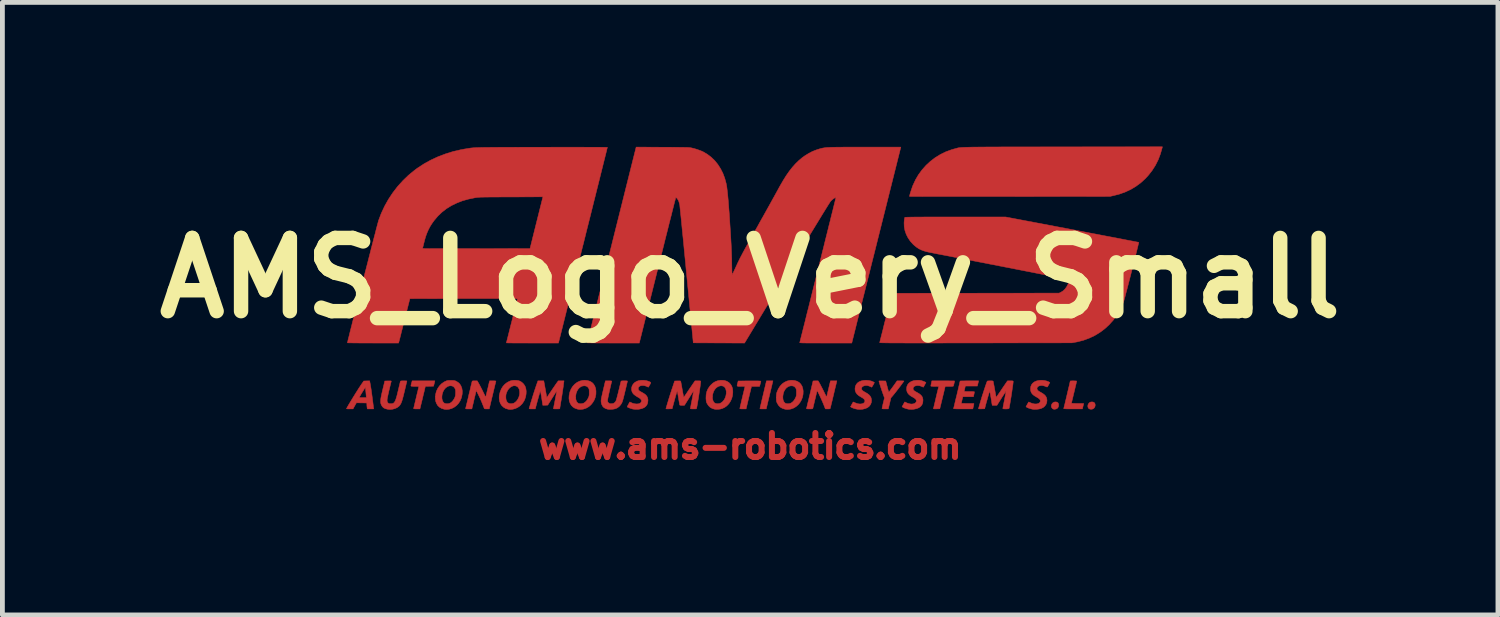
<source format=kicad_pcb>
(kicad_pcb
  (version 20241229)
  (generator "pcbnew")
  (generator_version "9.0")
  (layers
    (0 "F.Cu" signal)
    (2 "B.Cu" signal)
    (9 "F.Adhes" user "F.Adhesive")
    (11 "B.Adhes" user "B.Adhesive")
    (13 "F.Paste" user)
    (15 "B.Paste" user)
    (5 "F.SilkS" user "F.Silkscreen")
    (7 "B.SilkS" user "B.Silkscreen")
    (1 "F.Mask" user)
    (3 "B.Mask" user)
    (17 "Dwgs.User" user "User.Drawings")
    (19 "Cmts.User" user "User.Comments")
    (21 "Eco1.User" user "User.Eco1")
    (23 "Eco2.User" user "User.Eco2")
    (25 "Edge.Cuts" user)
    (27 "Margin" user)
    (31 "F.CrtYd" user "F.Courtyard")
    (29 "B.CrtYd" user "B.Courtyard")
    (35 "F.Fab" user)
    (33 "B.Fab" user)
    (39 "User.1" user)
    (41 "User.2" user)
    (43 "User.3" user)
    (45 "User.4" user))
  (footprint "AMS_Logo_Very_Small"
    (layer "F.Cu")
    (at 12.562 2.736)
    (property "Reference" "AMS_Logo_Very_Small" (at 0 0 0) (layer "F.SilkS") (effects (font (size 1.524 1.524) (thickness 0.3))))
    (attr through_hole)
    (fp_poly (pts (xy 0.404 2.432) (xy 0.334 2.724) (xy 0.268 2.724) (xy 0.241 2.724) (xy 0.22 2.723) (xy 0.206 2.721) (xy 0.203 2.719) (xy 0.204 2.712) (xy 0.208 2.694) (xy 0.215 2.666) (xy 0.223 2.63) (xy 0.234 2.586) (xy 0.245 2.536) (xy 0.258 2.481) (xy 0.271 2.427) (xy 0.339 2.14) (xy 0.474 2.14) (xy 0.404 2.432)) (stroke (width 0.01) (type solid)) (fill yes) (layer "F.Cu"))
    (fp_poly (pts (xy 6.383 2.582) (xy 6.404 2.595) (xy 6.416 2.616) (xy 6.42 2.644) (xy 6.415 2.678) (xy 6.4 2.704) (xy 6.377 2.722) (xy 6.345 2.73) (xy 6.334 2.731) (xy 6.313 2.729) (xy 6.297 2.722) (xy 6.286 2.712) (xy 6.271 2.689) (xy 6.266 2.664) (xy 6.271 2.638) (xy 6.284 2.614) (xy 6.303 2.594) (xy 6.328 2.582) (xy 6.352 2.578) (xy 6.383 2.582)) (stroke (width 0.01) (type solid)) (fill yes) (layer "F.Cu"))
    (fp_poly (pts (xy 7.145 2.584) (xy 7.159 2.591) (xy 7.174 2.61) (xy 7.18 2.636) (xy 7.179 2.663) (xy 7.169 2.689) (xy 7.152 2.711) (xy 7.148 2.714) (xy 7.124 2.727) (xy 7.096 2.731) (xy 7.07 2.728) (xy 7.048 2.718) (xy 7.045 2.715) (xy 7.031 2.693) (xy 7.026 2.666) (xy 7.03 2.638) (xy 7.043 2.612) (xy 7.063 2.592) (xy 7.067 2.589) (xy 7.091 2.58) (xy 7.119 2.578) (xy 7.145 2.584)) (stroke (width 0.01) (type solid)) (fill yes) (layer "F.Cu"))
    (fp_poly (pts (xy -6.575 2.196) (xy -6.589 2.251) (xy -6.674 2.253) (xy -6.76 2.255) (xy -6.787 2.37) (xy -6.799 2.418) (xy -6.812 2.472) (xy -6.825 2.529) (xy -6.838 2.581) (xy -6.844 2.605) (xy -6.873 2.724) (xy -6.938 2.724) (xy -6.967 2.724) (xy -6.988 2.722) (xy -7.001 2.72) (xy -7.004 2.718) (xy -7.003 2.711) (xy -6.999 2.692) (xy -6.992 2.665) (xy -6.984 2.629) (xy -6.974 2.587) (xy -6.963 2.54) (xy -6.954 2.504) (xy -6.942 2.453) (xy -6.931 2.406) (xy -6.92 2.364) (xy -6.912 2.328) (xy -6.905 2.299) (xy -6.901 2.281) (xy -6.9 2.275) (xy -6.895 2.254) (xy -6.978 2.254) (xy -7.013 2.254) (xy -7.037 2.253) (xy -7.051 2.251) (xy -7.059 2.246) (xy -7.06 2.238) (xy -7.058 2.226) (xy -7.055 2.216) (xy -7.05 2.195) (xy -7.043 2.171) (xy -7.042 2.167) (xy -7.035 2.14) (xy -6.561 2.14) (xy -6.575 2.196)) (stroke (width 0.01) (type solid)) (fill yes) (layer "F.Cu"))
    (fp_poly (pts (xy 0.142 2.141) (xy 0.173 2.142) (xy 0.196 2.143) (xy 0.211 2.144) (xy 0.219 2.146) (xy 0.222 2.148) (xy 0.222 2.148) (xy 0.221 2.159) (xy 0.217 2.176) (xy 0.216 2.178) (xy 0.211 2.199) (xy 0.204 2.223) (xy 0.203 2.227) (xy 0.196 2.254) (xy 0.028 2.254) (xy -0.029 2.489) (xy -0.085 2.724) (xy -0.151 2.724) (xy -0.181 2.724) (xy -0.201 2.722) (xy -0.212 2.72) (xy -0.216 2.716) (xy -0.216 2.716) (xy -0.214 2.708) (xy -0.21 2.689) (xy -0.204 2.661) (xy -0.195 2.624) (xy -0.185 2.581) (xy -0.174 2.533) (xy -0.162 2.483) (xy -0.15 2.432) (xy -0.138 2.385) (xy -0.128 2.343) (xy -0.12 2.308) (xy -0.113 2.281) (xy -0.109 2.263) (xy -0.108 2.257) (xy -0.114 2.256) (xy -0.13 2.255) (xy -0.154 2.255) (xy -0.184 2.254) (xy -0.191 2.254) (xy -0.226 2.254) (xy -0.25 2.254) (xy -0.265 2.25) (xy -0.271 2.243) (xy -0.272 2.231) (xy -0.268 2.212) (xy -0.261 2.188) (xy -0.25 2.143) (xy -0.014 2.141) (xy 0.049 2.141) (xy 0.101 2.141) (xy 0.142 2.141)) (stroke (width 0.01) (type solid)) (fill yes) (layer "F.Cu"))
    (fp_poly (pts (xy 3.157 2.14) (xy 3.18 2.141) (xy 3.195 2.142) (xy 3.2 2.144) (xy 3.197 2.15) (xy 3.186 2.165) (xy 3.17 2.187) (xy 3.15 2.214) (xy 3.127 2.246) (xy 3.101 2.279) (xy 3.075 2.313) (xy 3.049 2.347) (xy 3.025 2.378) (xy 3.003 2.405) (xy 2.986 2.427) (xy 2.983 2.43) (xy 2.929 2.494) (xy 2.902 2.609) (xy 2.874 2.724) (xy 2.809 2.724) (xy 2.777 2.724) (xy 2.756 2.722) (xy 2.746 2.719) (xy 2.743 2.716) (xy 2.745 2.708) (xy 2.749 2.689) (xy 2.755 2.662) (xy 2.762 2.63) (xy 2.769 2.602) (xy 2.795 2.495) (xy 2.76 2.398) (xy 2.749 2.366) (xy 2.736 2.329) (xy 2.724 2.291) (xy 2.711 2.253) (xy 2.7 2.218) (xy 2.691 2.187) (xy 2.684 2.163) (xy 2.68 2.148) (xy 2.68 2.144) (xy 2.686 2.142) (xy 2.702 2.141) (xy 2.725 2.141) (xy 2.751 2.141) (xy 2.821 2.143) (xy 2.842 2.223) (xy 2.855 2.272) (xy 2.865 2.31) (xy 2.873 2.338) (xy 2.88 2.357) (xy 2.884 2.368) (xy 2.888 2.371) (xy 2.889 2.371) (xy 2.897 2.361) (xy 2.91 2.344) (xy 2.928 2.32) (xy 2.948 2.293) (xy 2.969 2.264) (xy 2.99 2.235) (xy 3.008 2.21) (xy 3.022 2.19) (xy 3.023 2.189) (xy 3.057 2.14) (xy 3.129 2.14) (xy 3.157 2.14)) (stroke (width 0.01) (type solid)) (fill yes) (layer "F.Cu"))
    (fp_poly (pts (xy 6.757 2.141) (xy 6.78 2.142) (xy 6.792 2.144) (xy 6.795 2.146) (xy 6.793 2.154) (xy 6.789 2.172) (xy 6.783 2.2) (xy 6.774 2.236) (xy 6.764 2.278) (xy 6.753 2.326) (xy 6.741 2.376) (xy 6.728 2.427) (xy 6.717 2.475) (xy 6.707 2.517) (xy 6.698 2.553) (xy 6.692 2.58) (xy 6.688 2.598) (xy 6.687 2.605) (xy 6.693 2.606) (xy 6.709 2.608) (xy 6.735 2.609) (xy 6.768 2.61) (xy 6.806 2.61) (xy 6.814 2.61) (xy 6.852 2.61) (xy 6.886 2.61) (xy 6.913 2.611) (xy 6.932 2.612) (xy 6.94 2.613) (xy 6.941 2.613) (xy 6.939 2.621) (xy 6.935 2.637) (xy 6.93 2.66) (xy 6.927 2.67) (xy 6.914 2.724) (xy 6.718 2.724) (xy 6.661 2.724) (xy 6.615 2.724) (xy 6.58 2.723) (xy 6.555 2.722) (xy 6.538 2.721) (xy 6.528 2.719) (xy 6.525 2.717) (xy 6.525 2.716) (xy 6.527 2.709) (xy 6.531 2.69) (xy 6.538 2.662) (xy 6.547 2.627) (xy 6.557 2.585) (xy 6.568 2.539) (xy 6.58 2.489) (xy 6.592 2.438) (xy 6.604 2.386) (xy 6.616 2.336) (xy 6.627 2.289) (xy 6.638 2.245) (xy 6.646 2.208) (xy 6.653 2.178) (xy 6.658 2.156) (xy 6.661 2.145) (xy 6.661 2.143) (xy 6.667 2.142) (xy 6.683 2.141) (xy 6.706 2.14) (xy 6.728 2.14) (xy 6.757 2.141)) (stroke (width 0.01) (type solid)) (fill yes) (layer "F.Cu"))
    (fp_poly (pts (xy 4.071 2.14) (xy 4.12 2.14) (xy 4.164 2.141) (xy 4.201 2.141) (xy 4.229 2.141) (xy 4.247 2.142) (xy 4.254 2.143) (xy 4.255 2.143) (xy 4.253 2.15) (xy 4.25 2.166) (xy 4.245 2.187) (xy 4.24 2.209) (xy 4.235 2.229) (xy 4.232 2.242) (xy 4.232 2.243) (xy 4.229 2.248) (xy 4.223 2.251) (xy 4.212 2.253) (xy 4.193 2.254) (xy 4.164 2.254) (xy 4.144 2.254) (xy 4.059 2.254) (xy 4.023 2.405) (xy 4.011 2.453) (xy 3.999 2.503) (xy 3.988 2.55) (xy 3.977 2.593) (xy 3.969 2.628) (xy 3.966 2.638) (xy 3.946 2.721) (xy 3.878 2.723) (xy 3.847 2.723) (xy 3.827 2.723) (xy 3.816 2.721) (xy 3.813 2.718) (xy 3.813 2.716) (xy 3.815 2.709) (xy 3.82 2.69) (xy 3.827 2.662) (xy 3.835 2.625) (xy 3.846 2.583) (xy 3.857 2.535) (xy 3.867 2.492) (xy 3.879 2.442) (xy 3.89 2.394) (xy 3.901 2.352) (xy 3.909 2.317) (xy 3.916 2.289) (xy 3.92 2.272) (xy 3.922 2.265) (xy 3.922 2.261) (xy 3.919 2.258) (xy 3.91 2.256) (xy 3.894 2.255) (xy 3.868 2.254) (xy 3.842 2.254) (xy 3.806 2.254) (xy 3.781 2.253) (xy 3.766 2.251) (xy 3.76 2.248) (xy 3.759 2.246) (xy 3.761 2.237) (xy 3.764 2.218) (xy 3.769 2.195) (xy 3.77 2.189) (xy 3.781 2.14) (xy 4.018 2.14) (xy 4.071 2.14)) (stroke (width 0.01) (type solid)) (fill yes) (layer "F.Cu"))
    (fp_poly (pts (xy -7.913 2.173) (xy -7.905 2.214) (xy -7.897 2.262) (xy -7.888 2.318) (xy -7.879 2.382) (xy -7.869 2.456) (xy -7.858 2.54) (xy -7.846 2.635) (xy -7.839 2.694) (xy -7.835 2.724) (xy -7.968 2.724) (xy -7.972 2.697) (xy -7.975 2.674) (xy -7.977 2.647) (xy -7.977 2.635) (xy -7.979 2.6) (xy -8.195 2.597) (xy -8.23 2.66) (xy -8.265 2.724) (xy -8.333 2.724) (xy -8.361 2.724) (xy -8.383 2.723) (xy -8.397 2.721) (xy -8.401 2.72) (xy -8.398 2.711) (xy -8.388 2.694) (xy -8.374 2.668) (xy -8.355 2.635) (xy -8.332 2.597) (xy -8.307 2.555) (xy -8.279 2.51) (xy -8.264 2.485) (xy -8.134 2.485) (xy -8.128 2.487) (xy -8.112 2.488) (xy -8.088 2.489) (xy -8.061 2.489) (xy -7.988 2.489) (xy -7.992 2.44) (xy -7.995 2.407) (xy -7.998 2.37) (xy -8.002 2.34) (xy -8.004 2.315) (xy -8.006 2.294) (xy -8.007 2.281) (xy -8.007 2.28) (xy -8.01 2.281) (xy -8.019 2.292) (xy -8.031 2.31) (xy -8.047 2.334) (xy -8.05 2.34) (xy -8.077 2.383) (xy -8.099 2.419) (xy -8.116 2.449) (xy -8.128 2.471) (xy -8.134 2.483) (xy -8.134 2.485) (xy -8.264 2.485) (xy -8.25 2.463) (xy -8.221 2.415) (xy -8.192 2.369) (xy -8.164 2.325) (xy -8.139 2.285) (xy -8.115 2.25) (xy -8.096 2.22) (xy -8.089 2.21) (xy -8.042 2.143) (xy -7.981 2.141) (xy -7.919 2.14) (xy -7.913 2.173)) (stroke (width 0.01) (type solid)) (fill yes) (layer "F.Cu"))
    (fp_poly (pts (xy -0.537 2.132) (xy -0.487 2.148) (xy -0.444 2.174) (xy -0.409 2.21) (xy -0.4 2.224) (xy -0.38 2.26) (xy -0.368 2.298) (xy -0.362 2.341) (xy -0.361 2.378) (xy -0.367 2.443) (xy -0.383 2.505) (xy -0.409 2.563) (xy -0.443 2.615) (xy -0.485 2.659) (xy -0.534 2.694) (xy -0.585 2.717) (xy -0.622 2.727) (xy -0.664 2.732) (xy -0.707 2.733) (xy -0.739 2.73) (xy -0.789 2.715) (xy -0.833 2.69) (xy -0.87 2.654) (xy -0.898 2.609) (xy -0.901 2.604) (xy -0.909 2.585) (xy -0.914 2.565) (xy -0.917 2.541) (xy -0.919 2.51) (xy -0.92 2.502) (xy -0.918 2.462) (xy -0.785 2.462) (xy -0.784 2.504) (xy -0.777 2.542) (xy -0.763 2.574) (xy -0.743 2.598) (xy -0.735 2.603) (xy -0.709 2.613) (xy -0.677 2.616) (xy -0.644 2.613) (xy -0.616 2.603) (xy -0.579 2.578) (xy -0.548 2.543) (xy -0.524 2.502) (xy -0.507 2.456) (xy -0.498 2.407) (xy -0.497 2.36) (xy -0.507 2.314) (xy -0.515 2.295) (xy -0.534 2.268) (xy -0.56 2.251) (xy -0.59 2.243) (xy -0.624 2.244) (xy -0.658 2.254) (xy -0.691 2.273) (xy -0.719 2.297) (xy -0.745 2.331) (xy -0.764 2.369) (xy -0.778 2.414) (xy -0.779 2.418) (xy -0.785 2.462) (xy -0.918 2.462) (xy -0.917 2.431) (xy -0.904 2.367) (xy -0.879 2.308) (xy -0.843 2.254) (xy -0.821 2.229) (xy -0.775 2.186) (xy -0.726 2.156) (xy -0.674 2.137) (xy -0.617 2.128) (xy -0.594 2.127) (xy -0.537 2.132)) (stroke (width 0.01) (type solid)) (fill yes) (layer "F.Cu"))
    (fp_poly (pts (xy -4.858 2.13) (xy -4.82 2.136) (xy -4.793 2.145) (xy -4.755 2.168) (xy -4.72 2.2) (xy -4.692 2.238) (xy -4.683 2.256) (xy -4.668 2.303) (xy -4.661 2.356) (xy -4.663 2.413) (xy -4.673 2.47) (xy -4.691 2.526) (xy -4.71 2.565) (xy -4.744 2.615) (xy -4.787 2.658) (xy -4.837 2.693) (xy -4.891 2.718) (xy -4.94 2.73) (xy -4.967 2.734) (xy -4.987 2.736) (xy -5.006 2.735) (xy -5.029 2.732) (xy -5.036 2.73) (xy -5.087 2.716) (xy -5.13 2.691) (xy -5.167 2.658) (xy -5.195 2.617) (xy -5.214 2.569) (xy -5.223 2.515) (xy -5.223 2.476) (xy -5.085 2.476) (xy -5.085 2.495) (xy -5.078 2.54) (xy -5.063 2.574) (xy -5.041 2.598) (xy -5.012 2.612) (xy -4.979 2.616) (xy -4.95 2.613) (xy -4.924 2.607) (xy -4.918 2.604) (xy -4.9 2.593) (xy -4.879 2.576) (xy -4.865 2.563) (xy -4.838 2.527) (xy -4.817 2.486) (xy -4.804 2.444) (xy -4.797 2.4) (xy -4.798 2.359) (xy -4.805 2.321) (xy -4.82 2.289) (xy -4.841 2.263) (xy -4.858 2.253) (xy -4.892 2.242) (xy -4.927 2.243) (xy -4.961 2.255) (xy -4.994 2.276) (xy -5.024 2.305) (xy -5.05 2.342) (xy -5.07 2.385) (xy -5.08 2.418) (xy -5.084 2.445) (xy -5.085 2.476) (xy -5.223 2.476) (xy -5.223 2.457) (xy -5.221 2.442) (xy -5.205 2.373) (xy -5.18 2.31) (xy -5.146 2.255) (xy -5.104 2.209) (xy -5.054 2.171) (xy -4.999 2.144) (xy -4.976 2.137) (xy -4.94 2.13) (xy -4.9 2.128) (xy -4.858 2.13)) (stroke (width 0.01) (type solid)) (fill yes) (layer "F.Cu"))
    (fp_poly (pts (xy -3.387 2.133) (xy -3.336 2.148) (xy -3.293 2.173) (xy -3.258 2.208) (xy -3.232 2.252) (xy -3.215 2.304) (xy -3.209 2.353) (xy -3.21 2.417) (xy -3.222 2.479) (xy -3.244 2.537) (xy -3.275 2.59) (xy -3.313 2.637) (xy -3.357 2.676) (xy -3.408 2.706) (xy -3.463 2.726) (xy -3.486 2.73) (xy -3.516 2.734) (xy -3.54 2.736) (xy -3.561 2.734) (xy -3.586 2.73) (xy -3.594 2.728) (xy -3.645 2.711) (xy -3.687 2.685) (xy -3.722 2.65) (xy -3.747 2.607) (xy -3.764 2.559) (xy -3.771 2.504) (xy -3.77 2.481) (xy -3.632 2.481) (xy -3.628 2.525) (xy -3.617 2.562) (xy -3.599 2.59) (xy -3.576 2.608) (xy -3.572 2.61) (xy -3.549 2.615) (xy -3.519 2.616) (xy -3.489 2.612) (xy -3.464 2.603) (xy -3.463 2.603) (xy -3.43 2.58) (xy -3.399 2.547) (xy -3.373 2.503) (xy -3.37 2.496) (xy -3.361 2.477) (xy -3.355 2.46) (xy -3.352 2.443) (xy -3.35 2.422) (xy -3.35 2.392) (xy -3.35 2.384) (xy -3.35 2.352) (xy -3.351 2.328) (xy -3.354 2.312) (xy -3.359 2.299) (xy -3.362 2.293) (xy -3.383 2.266) (xy -3.41 2.25) (xy -3.443 2.243) (xy -3.483 2.246) (xy -3.521 2.26) (xy -3.554 2.284) (xy -3.583 2.316) (xy -3.606 2.357) (xy -3.623 2.403) (xy -3.631 2.454) (xy -3.632 2.481) (xy -3.77 2.481) (xy -3.768 2.445) (xy -3.755 2.382) (xy -3.751 2.367) (xy -3.725 2.305) (xy -3.691 2.252) (xy -3.649 2.207) (xy -3.601 2.171) (xy -3.547 2.145) (xy -3.489 2.131) (xy -3.444 2.127) (xy -3.387 2.133)) (stroke (width 0.01) (type solid)) (fill yes) (layer "F.Cu"))
    (fp_poly (pts (xy 2.468 2.132) (xy 2.521 2.144) (xy 2.56 2.16) (xy 2.575 2.168) (xy 2.584 2.174) (xy 2.584 2.175) (xy 2.582 2.183) (xy 2.574 2.198) (xy 2.564 2.217) (xy 2.552 2.237) (xy 2.541 2.255) (xy 2.533 2.267) (xy 2.528 2.272) (xy 2.528 2.272) (xy 2.493 2.255) (xy 2.459 2.243) (xy 2.434 2.237) (xy 2.4 2.237) (xy 2.37 2.244) (xy 2.344 2.255) (xy 2.326 2.272) (xy 2.318 2.291) (xy 2.318 2.296) (xy 2.32 2.315) (xy 2.329 2.332) (xy 2.345 2.348) (xy 2.371 2.365) (xy 2.394 2.378) (xy 2.44 2.405) (xy 2.475 2.432) (xy 2.499 2.46) (xy 2.515 2.49) (xy 2.518 2.5) (xy 2.526 2.546) (xy 2.521 2.591) (xy 2.504 2.633) (xy 2.477 2.669) (xy 2.469 2.677) (xy 2.435 2.7) (xy 2.392 2.718) (xy 2.343 2.73) (xy 2.291 2.735) (xy 2.24 2.732) (xy 2.232 2.731) (xy 2.193 2.723) (xy 2.156 2.712) (xy 2.124 2.7) (xy 2.109 2.692) (xy 2.088 2.679) (xy 2.115 2.63) (xy 2.127 2.608) (xy 2.137 2.591) (xy 2.142 2.581) (xy 2.143 2.58) (xy 2.149 2.581) (xy 2.163 2.587) (xy 2.183 2.596) (xy 2.187 2.598) (xy 2.226 2.612) (xy 2.264 2.62) (xy 2.301 2.621) (xy 2.333 2.616) (xy 2.359 2.605) (xy 2.378 2.588) (xy 2.387 2.566) (xy 2.388 2.557) (xy 2.382 2.537) (xy 2.366 2.516) (xy 2.339 2.495) (xy 2.306 2.476) (xy 2.259 2.447) (xy 2.223 2.415) (xy 2.199 2.38) (xy 2.185 2.342) (xy 2.182 2.305) (xy 2.188 2.258) (xy 2.205 2.218) (xy 2.232 2.185) (xy 2.264 2.161) (xy 2.308 2.142) (xy 2.359 2.131) (xy 2.413 2.127) (xy 2.468 2.132)) (stroke (width 0.01) (type solid)) (fill yes) (layer "F.Cu"))
    (fp_poly (pts (xy -6.196 2.131) (xy -6.173 2.132) (xy -6.155 2.135) (xy -6.139 2.139) (xy -6.122 2.146) (xy -6.121 2.147) (xy -6.08 2.171) (xy -6.048 2.2) (xy -6.022 2.238) (xy -6.021 2.24) (xy -6 2.293) (xy -5.991 2.351) (xy -5.993 2.413) (xy -6.006 2.48) (xy -6.011 2.496) (xy -6.035 2.554) (xy -6.068 2.606) (xy -6.109 2.651) (xy -6.157 2.687) (xy -6.209 2.714) (xy -6.264 2.73) (xy -6.267 2.73) (xy -6.298 2.734) (xy -6.321 2.736) (xy -6.343 2.734) (xy -6.369 2.73) (xy -6.421 2.714) (xy -6.466 2.688) (xy -6.502 2.654) (xy -6.528 2.611) (xy -6.546 2.561) (xy -6.553 2.503) (xy -6.553 2.49) (xy -6.552 2.471) (xy -6.416 2.471) (xy -6.414 2.513) (xy -6.405 2.551) (xy -6.389 2.581) (xy -6.367 2.603) (xy -6.367 2.603) (xy -6.341 2.613) (xy -6.309 2.617) (xy -6.275 2.613) (xy -6.245 2.603) (xy -6.241 2.601) (xy -6.213 2.581) (xy -6.186 2.552) (xy -6.162 2.517) (xy -6.146 2.485) (xy -6.139 2.463) (xy -6.134 2.441) (xy -6.132 2.415) (xy -6.131 2.384) (xy -6.131 2.354) (xy -6.133 2.333) (xy -6.136 2.317) (xy -6.142 2.303) (xy -6.147 2.293) (xy -6.169 2.265) (xy -6.198 2.248) (xy -6.231 2.242) (xy -6.267 2.246) (xy -6.298 2.258) (xy -6.336 2.284) (xy -6.368 2.321) (xy -6.393 2.367) (xy -6.41 2.422) (xy -6.411 2.427) (xy -6.416 2.471) (xy -6.552 2.471) (xy -6.547 2.423) (xy -6.531 2.359) (xy -6.504 2.3) (xy -6.468 2.247) (xy -6.424 2.201) (xy -6.373 2.165) (xy -6.352 2.154) (xy -6.33 2.144) (xy -6.313 2.137) (xy -6.297 2.133) (xy -6.278 2.131) (xy -6.252 2.13) (xy -6.229 2.13) (xy -6.196 2.131)) (stroke (width 0.01) (type solid)) (fill yes) (layer "F.Cu"))
    (fp_poly (pts (xy 0.925 2.133) (xy 0.976 2.148) (xy 1.019 2.173) (xy 1.053 2.208) (xy 1.08 2.252) (xy 1.096 2.304) (xy 1.103 2.353) (xy 1.101 2.417) (xy 1.089 2.479) (xy 1.067 2.537) (xy 1.037 2.59) (xy 0.999 2.637) (xy 0.954 2.676) (xy 0.904 2.706) (xy 0.849 2.726) (xy 0.826 2.73) (xy 0.795 2.734) (xy 0.772 2.736) (xy 0.751 2.734) (xy 0.725 2.73) (xy 0.718 2.728) (xy 0.667 2.711) (xy 0.625 2.686) (xy 0.59 2.65) (xy 0.563 2.604) (xy 0.563 2.604) (xy 0.554 2.585) (xy 0.548 2.569) (xy 0.545 2.553) (xy 0.544 2.533) (xy 0.543 2.505) (xy 0.543 2.489) (xy 0.543 2.481) (xy 0.679 2.481) (xy 0.683 2.525) (xy 0.694 2.562) (xy 0.712 2.59) (xy 0.736 2.608) (xy 0.74 2.61) (xy 0.763 2.615) (xy 0.792 2.616) (xy 0.823 2.612) (xy 0.848 2.603) (xy 0.848 2.603) (xy 0.882 2.58) (xy 0.912 2.547) (xy 0.939 2.503) (xy 0.942 2.496) (xy 0.951 2.477) (xy 0.957 2.46) (xy 0.96 2.443) (xy 0.962 2.422) (xy 0.962 2.392) (xy 0.962 2.384) (xy 0.962 2.352) (xy 0.96 2.328) (xy 0.957 2.312) (xy 0.953 2.299) (xy 0.949 2.293) (xy 0.928 2.266) (xy 0.902 2.25) (xy 0.868 2.243) (xy 0.828 2.246) (xy 0.791 2.26) (xy 0.757 2.284) (xy 0.729 2.316) (xy 0.705 2.357) (xy 0.689 2.403) (xy 0.681 2.454) (xy 0.679 2.481) (xy 0.543 2.481) (xy 0.544 2.453) (xy 0.546 2.426) (xy 0.55 2.402) (xy 0.556 2.378) (xy 0.56 2.367) (xy 0.587 2.305) (xy 0.622 2.251) (xy 0.664 2.205) (xy 0.712 2.17) (xy 0.767 2.144) (xy 0.825 2.13) (xy 0.867 2.127) (xy 0.925 2.133)) (stroke (width 0.01) (type solid)) (fill yes) (layer "F.Cu"))
    (fp_poly (pts (xy 6.12 2.132) (xy 6.172 2.144) (xy 6.212 2.16) (xy 6.226 2.168) (xy 6.235 2.174) (xy 6.236 2.176) (xy 6.233 2.182) (xy 6.225 2.197) (xy 6.215 2.215) (xy 6.204 2.235) (xy 6.194 2.253) (xy 6.186 2.265) (xy 6.18 2.268) (xy 6.168 2.265) (xy 6.151 2.258) (xy 6.117 2.245) (xy 6.082 2.238) (xy 6.048 2.238) (xy 6.018 2.244) (xy 5.994 2.255) (xy 5.977 2.272) (xy 5.969 2.293) (xy 5.969 2.297) (xy 5.972 2.316) (xy 5.981 2.333) (xy 5.997 2.349) (xy 6.024 2.366) (xy 6.046 2.378) (xy 6.091 2.405) (xy 6.126 2.432) (xy 6.151 2.46) (xy 6.166 2.49) (xy 6.17 2.5) (xy 6.177 2.545) (xy 6.172 2.589) (xy 6.157 2.63) (xy 6.131 2.666) (xy 6.097 2.695) (xy 6.055 2.715) (xy 6.049 2.717) (xy 6.01 2.726) (xy 5.965 2.732) (xy 5.922 2.734) (xy 5.884 2.731) (xy 5.883 2.731) (xy 5.844 2.723) (xy 5.807 2.712) (xy 5.776 2.7) (xy 5.761 2.692) (xy 5.74 2.679) (xy 5.766 2.63) (xy 5.779 2.608) (xy 5.788 2.591) (xy 5.794 2.581) (xy 5.794 2.58) (xy 5.8 2.581) (xy 5.815 2.587) (xy 5.835 2.596) (xy 5.838 2.598) (xy 5.877 2.612) (xy 5.916 2.62) (xy 5.952 2.621) (xy 5.984 2.616) (xy 6.01 2.605) (xy 6.029 2.588) (xy 6.038 2.566) (xy 6.039 2.557) (xy 6.034 2.537) (xy 6.018 2.516) (xy 5.99 2.495) (xy 5.958 2.476) (xy 5.911 2.448) (xy 5.875 2.418) (xy 5.851 2.385) (xy 5.838 2.349) (xy 5.834 2.308) (xy 5.839 2.261) (xy 5.854 2.222) (xy 5.879 2.189) (xy 5.916 2.161) (xy 5.959 2.142) (xy 6.01 2.131) (xy 6.065 2.127) (xy 6.12 2.132)) (stroke (width 0.01) (type solid)) (fill yes) (layer "F.Cu"))
    (fp_poly (pts (xy 4.728 2.248) (xy 4.478 2.248) (xy 4.467 2.297) (xy 4.462 2.321) (xy 4.457 2.341) (xy 4.453 2.353) (xy 4.453 2.354) (xy 4.455 2.357) (xy 4.462 2.359) (xy 4.478 2.361) (xy 4.503 2.362) (xy 4.539 2.362) (xy 4.559 2.362) (xy 4.6 2.362) (xy 4.631 2.363) (xy 4.651 2.365) (xy 4.663 2.367) (xy 4.667 2.37) (xy 4.667 2.37) (xy 4.666 2.38) (xy 4.662 2.398) (xy 4.657 2.421) (xy 4.657 2.424) (xy 4.646 2.47) (xy 4.426 2.47) (xy 4.42 2.494) (xy 4.416 2.511) (xy 4.41 2.534) (xy 4.405 2.558) (xy 4.4 2.581) (xy 4.396 2.598) (xy 4.394 2.607) (xy 4.394 2.607) (xy 4.4 2.608) (xy 4.417 2.609) (xy 4.443 2.609) (xy 4.476 2.61) (xy 4.514 2.61) (xy 4.523 2.61) (xy 4.563 2.61) (xy 4.597 2.61) (xy 4.626 2.611) (xy 4.646 2.612) (xy 4.655 2.613) (xy 4.656 2.613) (xy 4.656 2.62) (xy 4.653 2.637) (xy 4.649 2.66) (xy 4.646 2.67) (xy 4.633 2.724) (xy 4.431 2.724) (xy 4.373 2.724) (xy 4.327 2.724) (xy 4.291 2.723) (xy 4.265 2.722) (xy 4.247 2.721) (xy 4.236 2.719) (xy 4.232 2.717) (xy 4.232 2.716) (xy 4.234 2.708) (xy 4.239 2.69) (xy 4.246 2.662) (xy 4.254 2.627) (xy 4.264 2.585) (xy 4.275 2.539) (xy 4.287 2.489) (xy 4.3 2.438) (xy 4.312 2.386) (xy 4.324 2.336) (xy 4.335 2.288) (xy 4.345 2.245) (xy 4.354 2.208) (xy 4.361 2.177) (xy 4.366 2.156) (xy 4.369 2.145) (xy 4.369 2.144) (xy 4.375 2.143) (xy 4.392 2.142) (xy 4.419 2.141) (xy 4.454 2.141) (xy 4.495 2.14) (xy 4.542 2.14) (xy 4.562 2.14) (xy 4.754 2.14) (xy 4.728 2.248)) (stroke (width 0.01) (type solid)) (fill yes) (layer "F.Cu"))
    (fp_poly (pts (xy -2.162 2.135) (xy -2.114 2.149) (xy -2.106 2.153) (xy -2.085 2.162) (xy -2.073 2.17) (xy -2.069 2.179) (xy -2.073 2.193) (xy -2.084 2.213) (xy -2.09 2.223) (xy -2.102 2.245) (xy -2.111 2.261) (xy -2.117 2.27) (xy -2.117 2.271) (xy -2.123 2.27) (xy -2.137 2.264) (xy -2.15 2.257) (xy -2.188 2.243) (xy -2.225 2.237) (xy -2.258 2.238) (xy -2.288 2.245) (xy -2.311 2.259) (xy -2.326 2.278) (xy -2.33 2.301) (xy -2.328 2.319) (xy -2.32 2.334) (xy -2.305 2.349) (xy -2.28 2.365) (xy -2.259 2.376) (xy -2.212 2.403) (xy -2.176 2.43) (xy -2.151 2.459) (xy -2.136 2.49) (xy -2.128 2.526) (xy -2.127 2.548) (xy -2.133 2.597) (xy -2.148 2.638) (xy -2.174 2.672) (xy -2.21 2.699) (xy -2.257 2.718) (xy -2.313 2.73) (xy -2.341 2.733) (xy -2.384 2.733) (xy -2.427 2.729) (xy -2.436 2.728) (xy -2.46 2.722) (xy -2.486 2.714) (xy -2.512 2.705) (xy -2.535 2.695) (xy -2.551 2.687) (xy -2.559 2.68) (xy -2.559 2.679) (xy -2.556 2.673) (xy -2.549 2.658) (xy -2.539 2.639) (xy -2.527 2.618) (xy -2.517 2.599) (xy -2.509 2.585) (xy -2.505 2.579) (xy -2.499 2.581) (xy -2.486 2.588) (xy -2.482 2.59) (xy -2.445 2.607) (xy -2.404 2.617) (xy -2.363 2.621) (xy -2.325 2.618) (xy -2.295 2.608) (xy -2.275 2.592) (xy -2.263 2.569) (xy -2.261 2.553) (xy -2.266 2.537) (xy -2.28 2.519) (xy -2.299 2.502) (xy -2.32 2.488) (xy -2.353 2.47) (xy -2.385 2.449) (xy -2.413 2.428) (xy -2.434 2.408) (xy -2.439 2.401) (xy -2.46 2.363) (xy -2.469 2.322) (xy -2.467 2.281) (xy -2.455 2.241) (xy -2.433 2.205) (xy -2.402 2.174) (xy -2.361 2.15) (xy -2.361 2.149) (xy -2.317 2.135) (xy -2.267 2.128) (xy -2.214 2.128) (xy -2.162 2.135)) (stroke (width 0.01) (type solid)) (fill yes) (layer "F.Cu"))
    (fp_poly (pts (xy 3.519 2.128) (xy 3.555 2.133) (xy 3.557 2.134) (xy 3.578 2.14) (xy 3.602 2.148) (xy 3.625 2.157) (xy 3.643 2.165) (xy 3.655 2.172) (xy 3.658 2.175) (xy 3.655 2.181) (xy 3.647 2.195) (xy 3.637 2.214) (xy 3.626 2.234) (xy 3.616 2.253) (xy 3.608 2.266) (xy 3.604 2.271) (xy 3.598 2.27) (xy 3.585 2.263) (xy 3.573 2.258) (xy 3.53 2.242) (xy 3.484 2.237) (xy 3.448 2.242) (xy 3.418 2.253) (xy 3.399 2.272) (xy 3.391 2.296) (xy 3.391 2.303) (xy 3.393 2.318) (xy 3.4 2.332) (xy 3.414 2.346) (xy 3.437 2.362) (xy 3.47 2.38) (xy 3.473 2.382) (xy 3.518 2.408) (xy 3.551 2.435) (xy 3.575 2.463) (xy 3.589 2.494) (xy 3.596 2.53) (xy 3.596 2.55) (xy 3.591 2.598) (xy 3.574 2.639) (xy 3.548 2.672) (xy 3.511 2.699) (xy 3.464 2.718) (xy 3.408 2.73) (xy 3.381 2.733) (xy 3.352 2.734) (xy 3.324 2.733) (xy 3.302 2.731) (xy 3.301 2.731) (xy 3.261 2.722) (xy 3.224 2.711) (xy 3.194 2.698) (xy 3.182 2.692) (xy 3.161 2.679) (xy 3.188 2.63) (xy 3.2 2.608) (xy 3.21 2.591) (xy 3.216 2.58) (xy 3.217 2.579) (xy 3.223 2.58) (xy 3.234 2.586) (xy 3.257 2.598) (xy 3.286 2.609) (xy 3.317 2.617) (xy 3.345 2.622) (xy 3.354 2.623) (xy 3.394 2.619) (xy 3.425 2.608) (xy 3.447 2.591) (xy 3.458 2.568) (xy 3.458 2.565) (xy 3.457 2.544) (xy 3.446 2.523) (xy 3.423 2.503) (xy 3.389 2.481) (xy 3.384 2.479) (xy 3.336 2.451) (xy 3.301 2.421) (xy 3.276 2.39) (xy 3.261 2.355) (xy 3.255 2.315) (xy 3.255 2.308) (xy 3.26 2.262) (xy 3.275 2.223) (xy 3.301 2.189) (xy 3.339 2.161) (xy 3.365 2.148) (xy 3.396 2.137) (xy 3.435 2.131) (xy 3.477 2.127) (xy 3.519 2.128)) (stroke (width 0.01) (type solid)) (fill yes) (layer "F.Cu"))
    (fp_poly (pts (xy 8.575 -2.713) (xy 8.538 -2.584) (xy 8.492 -2.462) (xy 8.435 -2.348) (xy 8.367 -2.241) (xy 8.289 -2.141) (xy 8.223 -2.069) (xy 8.13 -1.984) (xy 8.029 -1.909) (xy 7.921 -1.844) (xy 7.805 -1.79) (xy 7.682 -1.746) (xy 7.569 -1.717) (xy 7.49 -1.699) (xy 5.402 -1.697) (xy 5.24 -1.697) (xy 5.082 -1.697) (xy 4.927 -1.697) (xy 4.776 -1.697) (xy 4.63 -1.697) (xy 4.489 -1.697) (xy 4.354 -1.697) (xy 4.225 -1.697) (xy 4.102 -1.697) (xy 3.986 -1.697) (xy 3.878 -1.697) (xy 3.778 -1.697) (xy 3.687 -1.697) (xy 3.604 -1.697) (xy 3.531 -1.698) (xy 3.468 -1.698) (xy 3.414 -1.698) (xy 3.372 -1.698) (xy 3.341 -1.698) (xy 3.322 -1.699) (xy 3.315 -1.699) (xy 3.315 -1.699) (xy 3.317 -1.71) (xy 3.322 -1.731) (xy 3.33 -1.76) (xy 3.34 -1.792) (xy 3.351 -1.827) (xy 3.363 -1.862) (xy 3.374 -1.895) (xy 3.384 -1.922) (xy 3.389 -1.933) (xy 3.442 -2.047) (xy 3.505 -2.154) (xy 3.579 -2.254) (xy 3.661 -2.346) (xy 3.752 -2.43) (xy 3.85 -2.505) (xy 3.956 -2.57) (xy 4.067 -2.625) (xy 4.183 -2.668) (xy 4.243 -2.686) (xy 4.257 -2.689) (xy 4.269 -2.693) (xy 4.281 -2.696) (xy 4.291 -2.699) (xy 4.302 -2.702) (xy 4.313 -2.705) (xy 4.324 -2.708) (xy 4.336 -2.71) (xy 4.35 -2.712) (xy 4.366 -2.714) (xy 4.384 -2.716) (xy 4.405 -2.717) (xy 4.429 -2.719) (xy 4.457 -2.72) (xy 4.489 -2.721) (xy 4.525 -2.722) (xy 4.566 -2.723) (xy 4.612 -2.724) (xy 4.664 -2.725) (xy 4.722 -2.725) (xy 4.787 -2.726) (xy 4.859 -2.726) (xy 4.938 -2.727) (xy 5.025 -2.727) (xy 5.12 -2.727) (xy 5.224 -2.728) (xy 5.337 -2.728) (xy 5.46 -2.728) (xy 5.593 -2.728) (xy 5.736 -2.728) (xy 5.889 -2.728) (xy 6.055 -2.729) (xy 6.231 -2.729) (xy 6.42 -2.729) (xy 6.507 -2.729) (xy 8.579 -2.731) (xy 8.575 -2.713)) (stroke (width 0.01) (type solid)) (fill yes) (layer "F.Cu"))
    (fp_poly (pts (xy -7.183 2.14) (xy -7.161 2.141) (xy -7.147 2.142) (xy -7.144 2.143) (xy -7.145 2.15) (xy -7.149 2.167) (xy -7.156 2.194) (xy -7.164 2.229) (xy -7.174 2.271) (xy -7.185 2.317) (xy -7.194 2.355) (xy -7.21 2.42) (xy -7.224 2.475) (xy -7.236 2.52) (xy -7.247 2.557) (xy -7.258 2.586) (xy -7.268 2.61) (xy -7.279 2.629) (xy -7.29 2.646) (xy -7.303 2.661) (xy -7.31 2.668) (xy -7.348 2.697) (xy -7.395 2.718) (xy -7.442 2.73) (xy -7.471 2.734) (xy -7.494 2.736) (xy -7.517 2.734) (xy -7.546 2.731) (xy -7.547 2.73) (xy -7.593 2.719) (xy -7.629 2.701) (xy -7.656 2.675) (xy -7.675 2.643) (xy -7.683 2.623) (xy -7.689 2.602) (xy -7.691 2.579) (xy -7.691 2.552) (xy -7.688 2.519) (xy -7.682 2.48) (xy -7.673 2.433) (xy -7.66 2.377) (xy -7.647 2.321) (xy -7.604 2.143) (xy -7.535 2.141) (xy -7.505 2.141) (xy -7.485 2.141) (xy -7.474 2.142) (xy -7.47 2.145) (xy -7.47 2.149) (xy -7.47 2.151) (xy -7.472 2.16) (xy -7.477 2.179) (xy -7.484 2.208) (xy -7.493 2.244) (xy -7.503 2.285) (xy -7.514 2.33) (xy -7.515 2.335) (xy -7.529 2.396) (xy -7.54 2.446) (xy -7.548 2.486) (xy -7.554 2.517) (xy -7.556 2.542) (xy -7.555 2.561) (xy -7.552 2.575) (xy -7.547 2.587) (xy -7.539 2.597) (xy -7.538 2.598) (xy -7.526 2.608) (xy -7.513 2.614) (xy -7.495 2.616) (xy -7.482 2.616) (xy -7.459 2.615) (xy -7.44 2.611) (xy -7.424 2.604) (xy -7.409 2.591) (xy -7.396 2.573) (xy -7.383 2.548) (xy -7.371 2.514) (xy -7.358 2.472) (xy -7.344 2.419) (xy -7.329 2.356) (xy -7.325 2.34) (xy -7.314 2.294) (xy -7.304 2.251) (xy -7.295 2.214) (xy -7.288 2.184) (xy -7.283 2.163) (xy -7.28 2.152) (xy -7.28 2.151) (xy -7.277 2.146) (xy -7.27 2.143) (xy -7.256 2.141) (xy -7.235 2.14) (xy -7.21 2.14) (xy -7.183 2.14)) (stroke (width 0.01) (type solid)) (fill yes) (layer "F.Cu"))
    (fp_poly (pts (xy -2.589 2.14) (xy -2.57 2.141) (xy -2.56 2.142) (xy -2.555 2.145) (xy -2.555 2.151) (xy -2.556 2.154) (xy -2.575 2.237) (xy -2.592 2.309) (xy -2.607 2.37) (xy -2.619 2.421) (xy -2.63 2.464) (xy -2.639 2.5) (xy -2.647 2.529) (xy -2.654 2.553) (xy -2.66 2.571) (xy -2.666 2.587) (xy -2.672 2.599) (xy -2.678 2.61) (xy -2.684 2.621) (xy -2.691 2.631) (xy -2.693 2.635) (xy -2.727 2.674) (xy -2.768 2.704) (xy -2.808 2.721) (xy -2.842 2.728) (xy -2.882 2.733) (xy -2.922 2.734) (xy -2.957 2.731) (xy -2.962 2.731) (xy -3.008 2.717) (xy -3.046 2.695) (xy -3.074 2.664) (xy -3.092 2.625) (xy -3.098 2.6) (xy -3.101 2.585) (xy -3.102 2.572) (xy -3.103 2.559) (xy -3.102 2.544) (xy -3.1 2.526) (xy -3.097 2.504) (xy -3.091 2.475) (xy -3.083 2.439) (xy -3.073 2.394) (xy -3.06 2.339) (xy -3.056 2.323) (xy -3.013 2.14) (xy -2.945 2.14) (xy -2.914 2.14) (xy -2.893 2.142) (xy -2.882 2.144) (xy -2.88 2.147) (xy -2.88 2.148) (xy -2.885 2.165) (xy -2.892 2.192) (xy -2.9 2.226) (xy -2.909 2.266) (xy -2.919 2.309) (xy -2.929 2.354) (xy -2.939 2.399) (xy -2.948 2.441) (xy -2.956 2.478) (xy -2.962 2.51) (xy -2.966 2.533) (xy -2.967 2.546) (xy -2.967 2.546) (xy -2.966 2.567) (xy -2.962 2.581) (xy -2.953 2.593) (xy -2.947 2.598) (xy -2.933 2.609) (xy -2.919 2.614) (xy -2.899 2.616) (xy -2.89 2.616) (xy -2.854 2.612) (xy -2.825 2.597) (xy -2.802 2.572) (xy -2.796 2.561) (xy -2.79 2.548) (xy -2.782 2.524) (xy -2.773 2.49) (xy -2.762 2.449) (xy -2.75 2.402) (xy -2.737 2.35) (xy -2.737 2.349) (xy -2.725 2.301) (xy -2.715 2.258) (xy -2.706 2.22) (xy -2.698 2.188) (xy -2.692 2.165) (xy -2.689 2.153) (xy -2.689 2.151) (xy -2.686 2.146) (xy -2.679 2.143) (xy -2.665 2.141) (xy -2.644 2.14) (xy -2.619 2.14) (xy -2.589 2.14)) (stroke (width 0.01) (type solid)) (fill yes) (layer "F.Cu"))
    (fp_poly (pts (xy 1.438 2.18) (xy 1.448 2.197) (xy 1.462 2.224) (xy 1.479 2.257) (xy 1.499 2.295) (xy 1.519 2.335) (xy 1.526 2.349) (xy 1.59 2.479) (xy 1.598 2.448) (xy 1.601 2.432) (xy 1.608 2.407) (xy 1.615 2.373) (xy 1.625 2.335) (xy 1.635 2.293) (xy 1.638 2.278) (xy 1.671 2.14) (xy 1.805 2.14) (xy 1.8 2.157) (xy 1.798 2.167) (xy 1.793 2.188) (xy 1.786 2.218) (xy 1.776 2.257) (xy 1.765 2.302) (xy 1.753 2.353) (xy 1.74 2.408) (xy 1.733 2.438) (xy 1.719 2.495) (xy 1.707 2.547) (xy 1.695 2.595) (xy 1.685 2.636) (xy 1.677 2.67) (xy 1.671 2.695) (xy 1.667 2.71) (xy 1.666 2.713) (xy 1.663 2.719) (xy 1.654 2.722) (xy 1.638 2.724) (xy 1.614 2.724) (xy 1.565 2.724) (xy 1.528 2.63) (xy 1.515 2.599) (xy 1.5 2.564) (xy 1.484 2.526) (xy 1.466 2.488) (xy 1.449 2.452) (xy 1.433 2.418) (xy 1.419 2.389) (xy 1.407 2.366) (xy 1.398 2.351) (xy 1.393 2.346) (xy 1.393 2.346) (xy 1.391 2.354) (xy 1.386 2.372) (xy 1.38 2.4) (xy 1.371 2.435) (xy 1.362 2.475) (xy 1.351 2.52) (xy 1.349 2.527) (xy 1.338 2.573) (xy 1.328 2.615) (xy 1.319 2.652) (xy 1.312 2.681) (xy 1.307 2.702) (xy 1.304 2.713) (xy 1.304 2.713) (xy 1.301 2.718) (xy 1.294 2.721) (xy 1.281 2.723) (xy 1.259 2.724) (xy 1.235 2.724) (xy 1.204 2.724) (xy 1.184 2.722) (xy 1.174 2.72) (xy 1.171 2.716) (xy 1.172 2.716) (xy 1.174 2.709) (xy 1.178 2.69) (xy 1.185 2.662) (xy 1.193 2.627) (xy 1.203 2.585) (xy 1.215 2.539) (xy 1.226 2.489) (xy 1.239 2.438) (xy 1.251 2.386) (xy 1.263 2.336) (xy 1.274 2.289) (xy 1.284 2.245) (xy 1.293 2.208) (xy 1.3 2.178) (xy 1.305 2.156) (xy 1.308 2.145) (xy 1.308 2.143) (xy 1.314 2.142) (xy 1.33 2.141) (xy 1.352 2.14) (xy 1.361 2.14) (xy 1.414 2.14) (xy 1.438 2.18)) (stroke (width 0.01) (type solid)) (fill yes) (layer "F.Cu"))
    (fp_poly (pts (xy -5.646 2.199) (xy -5.633 2.223) (xy -5.615 2.257) (xy -5.595 2.296) (xy -5.574 2.337) (xy -5.554 2.379) (xy -5.535 2.417) (xy -5.52 2.449) (xy -5.514 2.464) (xy -5.511 2.47) (xy -5.509 2.473) (xy -5.506 2.473) (xy -5.503 2.468) (xy -5.499 2.456) (xy -5.494 2.437) (xy -5.487 2.409) (xy -5.478 2.371) (xy -5.467 2.324) (xy -5.457 2.283) (xy -5.448 2.244) (xy -5.44 2.21) (xy -5.434 2.184) (xy -5.43 2.167) (xy -5.429 2.164) (xy -5.422 2.14) (xy -5.356 2.14) (xy -5.326 2.14) (xy -5.307 2.141) (xy -5.296 2.143) (xy -5.292 2.146) (xy -5.292 2.151) (xy -5.292 2.151) (xy -5.294 2.159) (xy -5.299 2.178) (xy -5.306 2.206) (xy -5.315 2.242) (xy -5.325 2.284) (xy -5.336 2.33) (xy -5.348 2.38) (xy -5.36 2.431) (xy -5.373 2.483) (xy -5.385 2.533) (xy -5.396 2.58) (xy -5.406 2.623) (xy -5.415 2.66) (xy -5.422 2.689) (xy -5.427 2.71) (xy -5.429 2.72) (xy -5.429 2.721) (xy -5.435 2.723) (xy -5.451 2.724) (xy -5.473 2.724) (xy -5.48 2.724) (xy -5.506 2.724) (xy -5.522 2.722) (xy -5.531 2.719) (xy -5.535 2.713) (xy -5.535 2.713) (xy -5.548 2.678) (xy -5.565 2.636) (xy -5.584 2.588) (xy -5.605 2.539) (xy -5.626 2.492) (xy -5.646 2.45) (xy -5.656 2.429) (xy -5.701 2.34) (xy -5.724 2.439) (xy -5.735 2.483) (xy -5.747 2.533) (xy -5.758 2.582) (xy -5.769 2.626) (xy -5.77 2.63) (xy -5.792 2.724) (xy -5.859 2.724) (xy -5.889 2.724) (xy -5.908 2.723) (xy -5.918 2.721) (xy -5.922 2.718) (xy -5.922 2.713) (xy -5.922 2.713) (xy -5.92 2.705) (xy -5.915 2.685) (xy -5.908 2.656) (xy -5.899 2.619) (xy -5.888 2.574) (xy -5.876 2.524) (xy -5.863 2.469) (xy -5.855 2.432) (xy -5.841 2.375) (xy -5.828 2.322) (xy -5.817 2.273) (xy -5.807 2.231) (xy -5.798 2.197) (xy -5.792 2.171) (xy -5.788 2.155) (xy -5.787 2.151) (xy -5.784 2.145) (xy -5.776 2.142) (xy -5.76 2.14) (xy -5.735 2.14) (xy -5.732 2.14) (xy -5.68 2.14) (xy -5.646 2.199)) (stroke (width 0.01) (type solid)) (fill yes) (layer "F.Cu"))
    (fp_poly (pts (xy -4.274 2.253) (xy -4.267 2.295) (xy -4.259 2.337) (xy -4.252 2.377) (xy -4.246 2.411) (xy -4.243 2.427) (xy -4.232 2.488) (xy -4.142 2.354) (xy -4.116 2.315) (xy -4.09 2.277) (xy -4.066 2.242) (xy -4.046 2.212) (xy -4.03 2.19) (xy -4.023 2.18) (xy -3.994 2.14) (xy -3.874 2.14) (xy -3.877 2.161) (xy -3.879 2.174) (xy -3.882 2.197) (xy -3.886 2.228) (xy -3.89 2.262) (xy -3.893 2.28) (xy -3.898 2.314) (xy -3.904 2.358) (xy -3.912 2.409) (xy -3.92 2.462) (xy -3.929 2.515) (xy -3.934 2.545) (xy -3.942 2.59) (xy -3.948 2.63) (xy -3.954 2.665) (xy -3.959 2.693) (xy -3.961 2.711) (xy -3.962 2.718) (xy -3.968 2.721) (xy -3.984 2.723) (xy -4.008 2.724) (xy -4.03 2.724) (xy -4.06 2.724) (xy -4.079 2.723) (xy -4.09 2.722) (xy -4.094 2.719) (xy -4.095 2.714) (xy -4.094 2.71) (xy -4.091 2.7) (xy -4.087 2.679) (xy -4.082 2.651) (xy -4.075 2.616) (xy -4.067 2.577) (xy -4.059 2.536) (xy -4.052 2.496) (xy -4.044 2.458) (xy -4.038 2.425) (xy -4.033 2.398) (xy -4.03 2.38) (xy -4.029 2.378) (xy -4.028 2.364) (xy -4.029 2.357) (xy -4.03 2.358) (xy -4.035 2.365) (xy -4.045 2.38) (xy -4.061 2.404) (xy -4.08 2.434) (xy -4.102 2.469) (xy -4.124 2.504) (xy -4.213 2.645) (xy -4.264 2.647) (xy -4.316 2.648) (xy -4.327 2.577) (xy -4.336 2.517) (xy -4.344 2.465) (xy -4.352 2.423) (xy -4.358 2.39) (xy -4.364 2.368) (xy -4.367 2.357) (xy -4.369 2.357) (xy -4.373 2.366) (xy -4.379 2.386) (xy -4.387 2.414) (xy -4.397 2.448) (xy -4.408 2.488) (xy -4.42 2.53) (xy -4.432 2.573) (xy -4.443 2.615) (xy -4.452 2.646) (xy -4.472 2.724) (xy -4.538 2.724) (xy -4.569 2.724) (xy -4.588 2.722) (xy -4.599 2.72) (xy -4.601 2.716) (xy -4.601 2.716) (xy -4.598 2.708) (xy -4.593 2.689) (xy -4.585 2.663) (xy -4.576 2.631) (xy -4.569 2.607) (xy -4.541 2.515) (xy -4.512 2.421) (xy -4.483 2.331) (xy -4.455 2.247) (xy -4.447 2.224) (xy -4.417 2.14) (xy -4.295 2.14) (xy -4.274 2.253)) (stroke (width 0.01) (type solid)) (fill yes) (layer "F.Cu"))
    (fp_poly (pts (xy -1.06 2.14) (xy -1.043 2.141) (xy -1.033 2.143) (xy -1.029 2.147) (xy -1.029 2.151) (xy -1.03 2.167) (xy -1.033 2.193) (xy -1.037 2.228) (xy -1.043 2.27) (xy -1.05 2.319) (xy -1.058 2.37) (xy -1.066 2.425) (xy -1.074 2.479) (xy -1.083 2.532) (xy -1.091 2.582) (xy -1.099 2.628) (xy -1.106 2.666) (xy -1.112 2.697) (xy -1.115 2.71) (xy -1.117 2.716) (xy -1.121 2.721) (xy -1.131 2.723) (xy -1.148 2.724) (xy -1.174 2.724) (xy -1.181 2.724) (xy -1.212 2.724) (xy -1.232 2.722) (xy -1.243 2.719) (xy -1.245 2.716) (xy -1.243 2.708) (xy -1.24 2.689) (xy -1.235 2.662) (xy -1.229 2.629) (xy -1.223 2.597) (xy -1.21 2.532) (xy -1.199 2.476) (xy -1.191 2.43) (xy -1.185 2.394) (xy -1.181 2.369) (xy -1.18 2.356) (xy -1.181 2.354) (xy -1.185 2.36) (xy -1.196 2.376) (xy -1.211 2.4) (xy -1.23 2.43) (xy -1.252 2.465) (xy -1.276 2.503) (xy -1.367 2.648) (xy -1.416 2.648) (xy -1.441 2.648) (xy -1.456 2.647) (xy -1.464 2.644) (xy -1.468 2.638) (xy -1.469 2.63) (xy -1.471 2.619) (xy -1.475 2.597) (xy -1.48 2.567) (xy -1.486 2.532) (xy -1.492 2.492) (xy -1.493 2.489) (xy -1.499 2.451) (xy -1.505 2.417) (xy -1.51 2.389) (xy -1.514 2.37) (xy -1.517 2.361) (xy -1.517 2.36) (xy -1.521 2.363) (xy -1.527 2.377) (xy -1.535 2.402) (xy -1.546 2.438) (xy -1.56 2.486) (xy -1.576 2.545) (xy -1.594 2.61) (xy -1.624 2.721) (xy -1.688 2.723) (xy -1.715 2.723) (xy -1.736 2.723) (xy -1.75 2.722) (xy -1.753 2.72) (xy -1.751 2.711) (xy -1.745 2.691) (xy -1.737 2.663) (xy -1.727 2.627) (xy -1.714 2.585) (xy -1.701 2.54) (xy -1.686 2.492) (xy -1.671 2.444) (xy -1.656 2.397) (xy -1.641 2.352) (xy -1.628 2.311) (xy -1.626 2.306) (xy -1.572 2.143) (xy -1.51 2.141) (xy -1.482 2.141) (xy -1.463 2.141) (xy -1.452 2.143) (xy -1.447 2.147) (xy -1.445 2.151) (xy -1.443 2.16) (xy -1.439 2.18) (xy -1.434 2.209) (xy -1.427 2.244) (xy -1.42 2.285) (xy -1.414 2.32) (xy -1.406 2.363) (xy -1.399 2.402) (xy -1.393 2.434) (xy -1.388 2.46) (xy -1.384 2.475) (xy -1.383 2.48) (xy -1.379 2.476) (xy -1.369 2.463) (xy -1.354 2.443) (xy -1.337 2.417) (xy -1.324 2.399) (xy -1.299 2.361) (xy -1.27 2.318) (xy -1.241 2.275) (xy -1.213 2.235) (xy -1.208 2.227) (xy -1.148 2.14) (xy -1.088 2.14) (xy -1.06 2.14)) (stroke (width 0.01) (type solid)) (fill yes) (layer "F.Cu"))
    (fp_poly (pts (xy 5.442 2.14) (xy 5.46 2.141) (xy 5.469 2.143) (xy 5.473 2.147) (xy 5.474 2.154) (xy 5.474 2.155) (xy 5.473 2.17) (xy 5.47 2.195) (xy 5.466 2.229) (xy 5.46 2.27) (xy 5.453 2.316) (xy 5.446 2.367) (xy 5.438 2.419) (xy 5.43 2.472) (xy 5.421 2.524) (xy 5.413 2.573) (xy 5.406 2.618) (xy 5.399 2.656) (xy 5.394 2.686) (xy 5.389 2.707) (xy 5.387 2.715) (xy 5.38 2.719) (xy 5.363 2.722) (xy 5.341 2.724) (xy 5.317 2.725) (xy 5.293 2.724) (xy 5.273 2.723) (xy 5.261 2.719) (xy 5.258 2.717) (xy 5.259 2.708) (xy 5.262 2.69) (xy 5.267 2.662) (xy 5.274 2.627) (xy 5.282 2.586) (xy 5.29 2.547) (xy 5.298 2.502) (xy 5.306 2.46) (xy 5.313 2.424) (xy 5.319 2.395) (xy 5.323 2.374) (xy 5.324 2.365) (xy 5.325 2.361) (xy 5.323 2.36) (xy 5.319 2.363) (xy 5.312 2.372) (xy 5.302 2.387) (xy 5.288 2.409) (xy 5.269 2.438) (xy 5.244 2.476) (xy 5.214 2.524) (xy 5.192 2.559) (xy 5.136 2.648) (xy 5.037 2.648) (xy 5.03 2.608) (xy 5.02 2.544) (xy 5.011 2.49) (xy 5.004 2.448) (xy 4.998 2.414) (xy 4.993 2.39) (xy 4.99 2.373) (xy 4.987 2.362) (xy 4.985 2.357) (xy 4.985 2.356) (xy 4.982 2.362) (xy 4.976 2.378) (xy 4.968 2.404) (xy 4.958 2.438) (xy 4.946 2.477) (xy 4.934 2.521) (xy 4.921 2.568) (xy 4.907 2.617) (xy 4.897 2.654) (xy 4.88 2.721) (xy 4.814 2.723) (xy 4.785 2.723) (xy 4.766 2.723) (xy 4.756 2.722) (xy 4.752 2.719) (xy 4.752 2.714) (xy 4.752 2.713) (xy 4.755 2.703) (xy 4.761 2.684) (xy 4.768 2.657) (xy 4.777 2.625) (xy 4.781 2.613) (xy 4.795 2.565) (xy 4.811 2.513) (xy 4.828 2.456) (xy 4.847 2.399) (xy 4.865 2.342) (xy 4.883 2.288) (xy 4.899 2.239) (xy 4.914 2.197) (xy 4.926 2.164) (xy 4.931 2.151) (xy 4.935 2.146) (xy 4.943 2.142) (xy 4.958 2.141) (xy 4.982 2.14) (xy 4.995 2.14) (xy 5.023 2.14) (xy 5.04 2.141) (xy 5.051 2.144) (xy 5.056 2.148) (xy 5.058 2.152) (xy 5.06 2.161) (xy 5.063 2.18) (xy 5.069 2.208) (xy 5.075 2.241) (xy 5.082 2.279) (xy 5.089 2.319) (xy 5.096 2.358) (xy 5.103 2.396) (xy 5.109 2.429) (xy 5.114 2.457) (xy 5.117 2.476) (xy 5.118 2.484) (xy 5.118 2.485) (xy 5.121 2.481) (xy 5.131 2.468) (xy 5.146 2.447) (xy 5.165 2.419) (xy 5.188 2.386) (xy 5.213 2.349) (xy 5.216 2.345) (xy 5.242 2.305) (xy 5.268 2.267) (xy 5.291 2.233) (xy 5.311 2.204) (xy 5.326 2.182) (xy 5.334 2.17) (xy 5.355 2.14) (xy 5.415 2.14) (xy 5.442 2.14)) (stroke (width 0.01) (type solid)) (fill yes) (layer "F.Cu"))
    (fp_poly (pts (xy 4.26 -1.27) (xy 4.269 -1.27) (xy 5.318 -1.27) (xy 6.701 -1.008) (xy 6.831 -0.983) (xy 6.958 -0.959) (xy 7.082 -0.935) (xy 7.2 -0.913) (xy 7.314 -0.891) (xy 7.423 -0.87) (xy 7.525 -0.851) (xy 7.62 -0.833) (xy 7.708 -0.816) (xy 7.789 -0.8) (xy 7.861 -0.786) (xy 7.924 -0.774) (xy 7.978 -0.764) (xy 8.021 -0.755) (xy 8.054 -0.749) (xy 8.076 -0.745) (xy 8.086 -0.742) (xy 8.086 -0.742) (xy 8.085 -0.736) (xy 8.082 -0.718) (xy 8.075 -0.69) (xy 8.066 -0.652) (xy 8.055 -0.607) (xy 8.042 -0.554) (xy 8.027 -0.495) (xy 8.011 -0.43) (xy 7.994 -0.362) (xy 7.976 -0.29) (xy 7.957 -0.216) (xy 7.938 -0.141) (xy 7.919 -0.065) (xy 7.9 0.009) (xy 7.881 0.082) (xy 7.863 0.151) (xy 7.846 0.217) (xy 7.83 0.278) (xy 7.815 0.333) (xy 7.803 0.382) (xy 7.792 0.422) (xy 7.783 0.453) (xy 7.777 0.475) (xy 7.775 0.483) (xy 7.749 0.55) (xy 7.717 0.622) (xy 7.68 0.693) (xy 7.642 0.758) (xy 7.635 0.768) (xy 7.558 0.874) (xy 7.473 0.969) (xy 7.38 1.055) (xy 7.28 1.13) (xy 7.172 1.196) (xy 7.058 1.25) (xy 6.937 1.295) (xy 6.809 1.328) (xy 6.775 1.334) (xy 6.696 1.349) (xy 4.694 1.351) (xy 4.505 1.351) (xy 4.328 1.351) (xy 4.163 1.351) (xy 4.009 1.352) (xy 3.866 1.352) (xy 3.734 1.352) (xy 3.613 1.352) (xy 3.501 1.352) (xy 3.399 1.352) (xy 3.305 1.352) (xy 3.22 1.352) (xy 3.144 1.351) (xy 3.075 1.351) (xy 3.013 1.351) (xy 2.959 1.351) (xy 2.911 1.351) (xy 2.869 1.35) (xy 2.833 1.35) (xy 2.802 1.349) (xy 2.776 1.349) (xy 2.754 1.348) (xy 2.737 1.348) (xy 2.723 1.347) (xy 2.713 1.346) (xy 2.705 1.346) (xy 2.7 1.345) (xy 2.697 1.344) (xy 2.695 1.343) (xy 2.695 1.342) (xy 2.695 1.342) (xy 2.697 1.334) (xy 2.702 1.315) (xy 2.709 1.285) (xy 2.719 1.246) (xy 2.731 1.199) (xy 2.745 1.144) (xy 2.761 1.082) (xy 2.777 1.015) (xy 2.795 0.943) (xy 2.814 0.868) (xy 2.82 0.848) (xy 2.839 0.771) (xy 2.857 0.698) (xy 2.875 0.628) (xy 2.891 0.564) (xy 2.905 0.506) (xy 2.918 0.455) (xy 2.929 0.412) (xy 2.938 0.379) (xy 2.944 0.355) (xy 2.947 0.343) (xy 2.947 0.341) (xy 2.953 0.318) (xy 4.691 0.316) (xy 6.429 0.314) (xy 6.467 0.296) (xy 6.513 0.267) (xy 6.553 0.228) (xy 6.588 0.18) (xy 6.616 0.126) (xy 6.632 0.077) (xy 6.637 0.056) (xy 6.64 0.041) (xy 6.641 0.035) (xy 6.634 0.034) (xy 6.616 0.03) (xy 6.587 0.024) (xy 6.547 0.016) (xy 6.498 0.006) (xy 6.44 -0.006) (xy 6.373 -0.019) (xy 6.299 -0.033) (xy 6.219 -0.049) (xy 6.132 -0.067) (xy 6.04 -0.085) (xy 5.943 -0.104) (xy 5.843 -0.124) (xy 5.739 -0.144) (xy 5.632 -0.165) (xy 5.524 -0.186) (xy 5.415 -0.208) (xy 5.305 -0.229) (xy 5.196 -0.25) (xy 5.088 -0.272) (xy 4.981 -0.292) (xy 4.877 -0.313) (xy 4.776 -0.332) (xy 4.679 -0.351) (xy 4.587 -0.369) (xy 4.5 -0.386) (xy 4.419 -0.402) (xy 4.345 -0.416) (xy 4.278 -0.429) (xy 4.245 -0.435) (xy 4.173 -0.449) (xy 4.102 -0.463) (xy 4.033 -0.476) (xy 3.967 -0.489) (xy 3.906 -0.5) (xy 3.852 -0.511) (xy 3.807 -0.52) (xy 3.771 -0.527) (xy 3.751 -0.53) (xy 3.677 -0.547) (xy 3.613 -0.565) (xy 3.558 -0.586) (xy 3.508 -0.611) (xy 3.462 -0.642) (xy 3.416 -0.679) (xy 3.392 -0.701) (xy 3.334 -0.765) (xy 3.286 -0.835) (xy 3.248 -0.909) (xy 3.221 -0.987) (xy 3.206 -1.067) (xy 3.203 -1.147) (xy 3.206 -1.19) (xy 3.209 -1.217) (xy 3.213 -1.24) (xy 3.216 -1.256) (xy 3.217 -1.26) (xy 3.218 -1.261) (xy 3.222 -1.262) (xy 3.227 -1.264) (xy 3.236 -1.264) (xy 3.249 -1.265) (xy 3.266 -1.266) (xy 3.287 -1.267) (xy 3.314 -1.267) (xy 3.347 -1.268) (xy 3.387 -1.268) (xy 3.433 -1.269) (xy 3.487 -1.269) (xy 3.549 -1.269) (xy 3.62 -1.27) (xy 3.7 -1.27) (xy 3.79 -1.27) (xy 3.891 -1.27) (xy 4.002 -1.27) (xy 4.125 -1.27) (xy 4.26 -1.27)) (stroke (width 0.01) (type solid)) (fill yes) (layer "F.Cu"))
    (fp_poly (pts (xy -3.72 -2.723) (xy -3.612 -2.723) (xy -3.511 -2.723) (xy -3.416 -2.722) (xy -3.329 -2.722) (xy -3.25 -2.722) (xy -3.18 -2.722) (xy -3.119 -2.722) (xy -3.067 -2.721) (xy -3.026 -2.721) (xy -2.996 -2.72) (xy -2.978 -2.72) (xy -2.972 -2.72) (xy -2.972 -2.72) (xy -2.973 -2.713) (xy -2.978 -2.695) (xy -2.985 -2.665) (xy -2.995 -2.624) (xy -3.008 -2.573) (xy -3.023 -2.512) (xy -3.041 -2.441) (xy -3.061 -2.361) (xy -3.083 -2.272) (xy -3.107 -2.176) (xy -3.133 -2.071) (xy -3.161 -1.959) (xy -3.191 -1.84) (xy -3.222 -1.715) (xy -3.255 -1.584) (xy -3.289 -1.447) (xy -3.324 -1.306) (xy -3.361 -1.159) (xy -3.399 -1.009) (xy -3.437 -0.855) (xy -3.476 -0.698) (xy -3.481 -0.681) (xy -3.99 1.353) (xy -4.532 1.353) (xy -4.614 1.353) (xy -4.692 1.352) (xy -4.765 1.352) (xy -4.833 1.352) (xy -4.894 1.352) (xy -4.948 1.352) (xy -4.993 1.351) (xy -5.029 1.351) (xy -5.055 1.35) (xy -5.07 1.35) (xy -5.074 1.35) (xy -5.072 1.343) (xy -5.068 1.325) (xy -5.061 1.297) (xy -5.051 1.26) (xy -5.04 1.214) (xy -5.026 1.16) (xy -5.011 1.1) (xy -4.995 1.035) (xy -4.977 0.964) (xy -4.959 0.894) (xy -4.941 0.82) (xy -4.923 0.75) (xy -4.907 0.684) (xy -4.892 0.624) (xy -4.878 0.57) (xy -4.867 0.524) (xy -4.858 0.486) (xy -4.851 0.458) (xy -4.846 0.439) (xy -4.845 0.433) (xy -4.848 0.432) (xy -4.857 0.431) (xy -4.873 0.43) (xy -4.896 0.429) (xy -4.926 0.429) (xy -4.964 0.428) (xy -5.01 0.428) (xy -5.065 0.427) (xy -5.13 0.427) (xy -5.203 0.427) (xy -5.287 0.427) (xy -5.381 0.427) (xy -5.486 0.427) (xy -5.602 0.427) (xy -5.729 0.427) (xy -5.869 0.427) (xy -5.964 0.427) (xy -7.082 0.429) (xy -7.189 0.851) (xy -7.207 0.923) (xy -7.225 0.993) (xy -7.241 1.058) (xy -7.257 1.119) (xy -7.27 1.173) (xy -7.282 1.22) (xy -7.292 1.259) (xy -7.3 1.289) (xy -7.305 1.308) (xy -7.306 1.313) (xy -7.317 1.353) (xy -7.849 1.353) (xy -7.93 1.352) (xy -8.008 1.352) (xy -8.08 1.352) (xy -8.147 1.352) (xy -8.208 1.351) (xy -8.261 1.351) (xy -8.305 1.35) (xy -8.341 1.35) (xy -8.366 1.349) (xy -8.379 1.349) (xy -8.382 1.348) (xy -8.38 1.34) (xy -8.376 1.321) (xy -8.369 1.29) (xy -8.359 1.25) (xy -8.346 1.2) (xy -8.332 1.141) (xy -8.315 1.074) (xy -8.296 1) (xy -8.276 0.919) (xy -8.254 0.832) (xy -8.231 0.74) (xy -8.206 0.644) (xy -8.181 0.544) (xy -8.155 0.44) (xy -8.128 0.334) (xy -8.1 0.227) (xy -8.073 0.118) (xy -8.045 0.01) (xy -8.018 -0.099) (xy -7.99 -0.206) (xy -7.963 -0.311) (xy -7.937 -0.414) (xy -7.911 -0.514) (xy -7.887 -0.609) (xy -7.884 -0.621) (xy -6.817 -0.621) (xy -6.817 -0.619) (xy -6.816 -0.618) (xy -6.813 -0.617) (xy -6.807 -0.616) (xy -6.799 -0.615) (xy -6.787 -0.614) (xy -6.771 -0.613) (xy -6.751 -0.613) (xy -6.725 -0.612) (xy -6.694 -0.612) (xy -6.656 -0.611) (xy -6.612 -0.611) (xy -6.561 -0.611) (xy -6.501 -0.611) (xy -6.433 -0.611) (xy -6.357 -0.611) (xy -6.27 -0.611) (xy -6.174 -0.611) (xy -6.067 -0.611) (xy -5.949 -0.611) (xy -5.819 -0.611) (xy -5.702 -0.611) (xy -4.582 -0.613) (xy -4.448 -1.151) (xy -4.313 -1.69) (xy -4.974 -1.687) (xy -5.081 -1.687) (xy -5.175 -1.687) (xy -5.258 -1.686) (xy -5.332 -1.686) (xy -5.395 -1.686) (xy -5.45 -1.685) (xy -5.497 -1.685) (xy -5.538 -1.684) (xy -5.572 -1.683) (xy -5.6 -1.683) (xy -5.624 -1.682) (xy -5.645 -1.68) (xy -5.662 -1.679) (xy -5.677 -1.678) (xy -5.691 -1.676) (xy -5.705 -1.674) (xy -5.718 -1.672) (xy -5.719 -1.672) (xy -5.857 -1.644) (xy -5.986 -1.608) (xy -6.105 -1.562) (xy -6.216 -1.508) (xy -6.319 -1.445) (xy -6.413 -1.372) (xy -6.499 -1.29) (xy -6.576 -1.199) (xy -6.622 -1.135) (xy -6.661 -1.073) (xy -6.695 -1.009) (xy -6.724 -0.943) (xy -6.751 -0.87) (xy -6.775 -0.789) (xy -6.785 -0.747) (xy -6.795 -0.71) (xy -6.803 -0.676) (xy -6.81 -0.649) (xy -6.815 -0.63) (xy -6.817 -0.621) (xy -7.884 -0.621) (xy -7.864 -0.7) (xy -7.842 -0.785) (xy -7.821 -0.865) (xy -7.802 -0.937) (xy -7.786 -1.002) (xy -7.771 -1.059) (xy -7.758 -1.107) (xy -7.748 -1.145) (xy -7.74 -1.173) (xy -7.736 -1.19) (xy -7.735 -1.194) (xy -7.677 -1.347) (xy -7.608 -1.495) (xy -7.528 -1.638) (xy -7.438 -1.774) (xy -7.338 -1.904) (xy -7.228 -2.026) (xy -7.11 -2.14) (xy -6.983 -2.244) (xy -6.921 -2.29) (xy -6.787 -2.377) (xy -6.646 -2.455) (xy -6.497 -2.524) (xy -6.342 -2.583) (xy -6.182 -2.633) (xy -6.018 -2.671) (xy -5.937 -2.686) (xy -5.914 -2.689) (xy -5.893 -2.693) (xy -5.873 -2.696) (xy -5.854 -2.699) (xy -5.836 -2.702) (xy -5.817 -2.705) (xy -5.797 -2.707) (xy -5.776 -2.709) (xy -5.753 -2.711) (xy -5.728 -2.712) (xy -5.699 -2.714) (xy -5.667 -2.715) (xy -5.631 -2.716) (xy -5.589 -2.717) (xy -5.543 -2.718) (xy -5.491 -2.719) (xy -5.432 -2.719) (xy -5.366 -2.72) (xy -5.293 -2.72) (xy -5.212 -2.721) (xy -5.122 -2.721) (xy -5.023 -2.721) (xy -4.914 -2.721) (xy -4.794 -2.722) (xy -4.664 -2.722) (xy -4.523 -2.722) (xy -4.369 -2.722) (xy -4.332 -2.722) (xy -4.202 -2.722) (xy -4.075 -2.723) (xy -3.952 -2.723) (xy -3.833 -2.723) (xy -3.72 -2.723)) (stroke (width 0.01) (type solid)) (fill yes) (layer "F.Cu"))
    (fp_poly (pts (xy -1.823 -2.722) (xy -1.727 -2.722) (xy -1.642 -2.722) (xy -1.569 -2.721) (xy -1.505 -2.721) (xy -1.451 -2.72) (xy -1.405 -2.72) (xy -1.367 -2.719) (xy -1.335 -2.719) (xy -1.308 -2.718) (xy -1.287 -2.717) (xy -1.269 -2.715) (xy -1.255 -2.714) (xy -1.242 -2.712) (xy -1.231 -2.71) (xy -1.22 -2.708) (xy -1.212 -2.706) (xy -1.164 -2.694) (xy -1.113 -2.679) (xy -1.062 -2.661) (xy -1.017 -2.644) (xy -0.981 -2.628) (xy -0.894 -2.577) (xy -0.813 -2.516) (xy -0.739 -2.445) (xy -0.674 -2.365) (xy -0.617 -2.276) (xy -0.568 -2.18) (xy -0.529 -2.076) (xy -0.499 -1.965) (xy -0.498 -1.958) (xy -0.492 -1.928) (xy -0.486 -1.892) (xy -0.481 -1.85) (xy -0.475 -1.801) (xy -0.469 -1.744) (xy -0.463 -1.68) (xy -0.456 -1.607) (xy -0.45 -1.525) (xy -0.443 -1.434) (xy -0.435 -1.332) (xy -0.428 -1.219) (xy -0.42 -1.096) (xy -0.411 -0.96) (xy -0.406 -0.873) (xy -0.396 -0.704) (xy -0.389 -0.546) (xy -0.384 -0.398) (xy -0.383 -0.309) (xy -0.382 -0.255) (xy -0.381 -0.205) (xy -0.38 -0.161) (xy -0.379 -0.124) (xy -0.377 -0.095) (xy -0.376 -0.076) (xy -0.375 -0.068) (xy -0.375 -0.068) (xy -0.371 -0.075) (xy -0.363 -0.092) (xy -0.35 -0.117) (xy -0.335 -0.15) (xy -0.316 -0.19) (xy -0.296 -0.233) (xy -0.282 -0.264) (xy -0.263 -0.306) (xy -0.243 -0.346) (xy -0.224 -0.386) (xy -0.204 -0.427) (xy -0.181 -0.469) (xy -0.157 -0.516) (xy -0.13 -0.566) (xy -0.099 -0.623) (xy -0.063 -0.687) (xy -0.023 -0.76) (xy 0.019 -0.835) (xy 0.082 -0.947) (xy 0.147 -1.062) (xy 0.212 -1.18) (xy 0.278 -1.297) (xy 0.343 -1.414) (xy 0.406 -1.527) (xy 0.466 -1.636) (xy 0.523 -1.738) (xy 0.575 -1.833) (xy 0.616 -1.908) (xy 0.683 -2.024) (xy 0.748 -2.129) (xy 0.813 -2.222) (xy 0.879 -2.306) (xy 0.945 -2.38) (xy 1.013 -2.446) (xy 1.083 -2.505) (xy 1.142 -2.547) (xy 1.22 -2.595) (xy 1.295 -2.634) (xy 1.373 -2.665) (xy 1.448 -2.689) (xy 1.467 -2.694) (xy 1.485 -2.698) (xy 1.502 -2.703) (xy 1.52 -2.706) (xy 1.538 -2.709) (xy 1.558 -2.712) (xy 1.581 -2.715) (xy 1.607 -2.717) (xy 1.637 -2.718) (xy 1.671 -2.72) (xy 1.711 -2.721) (xy 1.758 -2.722) (xy 1.811 -2.723) (xy 1.873 -2.723) (xy 1.942 -2.724) (xy 2.021 -2.724) (xy 2.11 -2.724) (xy 2.21 -2.724) (xy 2.322 -2.724) (xy 2.388 -2.724) (xy 3.135 -2.724) (xy 2.628 -0.7) (xy 2.589 -0.543) (xy 2.55 -0.389) (xy 2.512 -0.238) (xy 2.476 -0.091) (xy 2.44 0.051) (xy 2.406 0.188) (xy 2.373 0.319) (xy 2.341 0.445) (xy 2.311 0.565) (xy 2.283 0.678) (xy 2.257 0.783) (xy 2.232 0.881) (xy 2.21 0.97) (xy 2.19 1.051) (xy 2.172 1.123) (xy 2.156 1.186) (xy 2.143 1.238) (xy 2.132 1.28) (xy 2.125 1.311) (xy 2.12 1.33) (xy 2.118 1.338) (xy 2.118 1.338) (xy 2.114 1.353) (xy 1.571 1.353) (xy 1.475 1.353) (xy 1.392 1.352) (xy 1.319 1.352) (xy 1.257 1.352) (xy 1.204 1.352) (xy 1.16 1.352) (xy 1.124 1.351) (xy 1.096 1.351) (xy 1.073 1.35) (xy 1.057 1.349) (xy 1.045 1.348) (xy 1.037 1.347) (xy 1.033 1.345) (xy 1.031 1.344) (xy 1.031 1.342) (xy 1.031 1.341) (xy 1.034 1.331) (xy 1.04 1.309) (xy 1.048 1.276) (xy 1.059 1.233) (xy 1.072 1.181) (xy 1.088 1.12) (xy 1.105 1.05) (xy 1.125 0.973) (xy 1.146 0.889) (xy 1.168 0.798) (xy 1.192 0.702) (xy 1.218 0.601) (xy 1.244 0.496) (xy 1.271 0.387) (xy 1.299 0.275) (xy 1.328 0.16) (xy 1.357 0.044) (xy 1.386 -0.074) (xy 1.416 -0.192) (xy 1.445 -0.31) (xy 1.475 -0.427) (xy 1.503 -0.542) (xy 1.532 -0.656) (xy 1.559 -0.767) (xy 1.586 -0.874) (xy 1.612 -0.978) (xy 1.636 -1.077) (xy 1.66 -1.17) (xy 1.681 -1.258) (xy 1.701 -1.338) (xy 1.72 -1.412) (xy 1.736 -1.478) (xy 1.75 -1.535) (xy 1.762 -1.583) (xy 1.771 -1.621) (xy 1.778 -1.649) (xy 1.782 -1.666) (xy 1.783 -1.671) (xy 1.776 -1.674) (xy 1.763 -1.669) (xy 1.745 -1.658) (xy 1.724 -1.643) (xy 1.702 -1.625) (xy 1.681 -1.605) (xy 1.673 -1.595) (xy 1.665 -1.585) (xy 1.651 -1.563) (xy 1.631 -1.532) (xy 1.605 -1.49) (xy 1.572 -1.437) (xy 1.534 -1.375) (xy 1.488 -1.301) (xy 1.437 -1.217) (xy 1.379 -1.122) (xy 1.315 -1.017) (xy 1.244 -0.901) (xy 1.168 -0.774) (xy 1.084 -0.637) (xy 0.995 -0.489) (xy 0.898 -0.33) (xy 0.796 -0.16) (xy 0.759 -0.099) (xy -0.117 1.353) (xy -0.651 1.351) (xy -1.184 1.349) (xy -1.322 -0.067) (xy -1.335 -0.2) (xy -1.347 -0.331) (xy -1.36 -0.457) (xy -1.372 -0.58) (xy -1.383 -0.697) (xy -1.394 -0.81) (xy -1.405 -0.916) (xy -1.415 -1.016) (xy -1.424 -1.108) (xy -1.432 -1.193) (xy -1.44 -1.27) (xy -1.447 -1.337) (xy -1.453 -1.395) (xy -1.458 -1.443) (xy -1.462 -1.481) (xy -1.464 -1.507) (xy -1.466 -1.521) (xy -1.466 -1.523) (xy -1.473 -1.552) (xy -1.482 -1.583) (xy -1.487 -1.599) (xy -1.497 -1.62) (xy -1.51 -1.64) (xy -1.523 -1.658) (xy -1.536 -1.67) (xy -1.546 -1.674) (xy -1.549 -1.673) (xy -1.551 -1.666) (xy -1.556 -1.648) (xy -1.563 -1.618) (xy -1.574 -1.578) (xy -1.587 -1.527) (xy -1.602 -1.467) (xy -1.62 -1.397) (xy -1.639 -1.319) (xy -1.661 -1.233) (xy -1.685 -1.14) (xy -1.71 -1.039) (xy -1.737 -0.932) (xy -1.766 -0.818) (xy -1.795 -0.7) (xy -1.826 -0.576) (xy -1.858 -0.449) (xy -1.891 -0.317) (xy -1.925 -0.182) (xy -1.931 -0.157) (xy -2.308 1.353) (xy -2.85 1.353) (xy -2.931 1.353) (xy -3.009 1.352) (xy -3.082 1.352) (xy -3.15 1.352) (xy -3.211 1.352) (xy -3.265 1.351) (xy -3.311 1.351) (xy -3.347 1.35) (xy -3.373 1.35) (xy -3.388 1.349) (xy -3.391 1.349) (xy -3.389 1.342) (xy -3.385 1.324) (xy -3.378 1.294) (xy -3.367 1.254) (xy -3.355 1.203) (xy -3.339 1.141) (xy -3.322 1.071) (xy -3.302 0.991) (xy -3.28 0.902) (xy -3.256 0.805) (xy -3.23 0.701) (xy -3.202 0.589) (xy -3.172 0.47) (xy -3.141 0.345) (xy -3.108 0.214) (xy -3.074 0.077) (xy -3.038 -0.064) (xy -3.002 -0.21) (xy -2.964 -0.361) (xy -2.926 -0.515) (xy -2.886 -0.672) (xy -2.882 -0.69) (xy -2.373 -2.725) (xy -1.823 -2.722)) (stroke (width 0.01) (type solid)) (fill yes) (layer "F.Cu"))
    (fp_text user "www.ams-robotics.com" (at 0 3.5 0) (layer "F.Cu") (effects (font (size 0.5 0.5) (thickness 0.125)))))
  (gr_rect
    (start -3 -3)
    (end 28.124 9.748)
    (stroke (width 0.1) (type default))
    (fill no)
    (layer "Edge.Cuts")))
</source>
